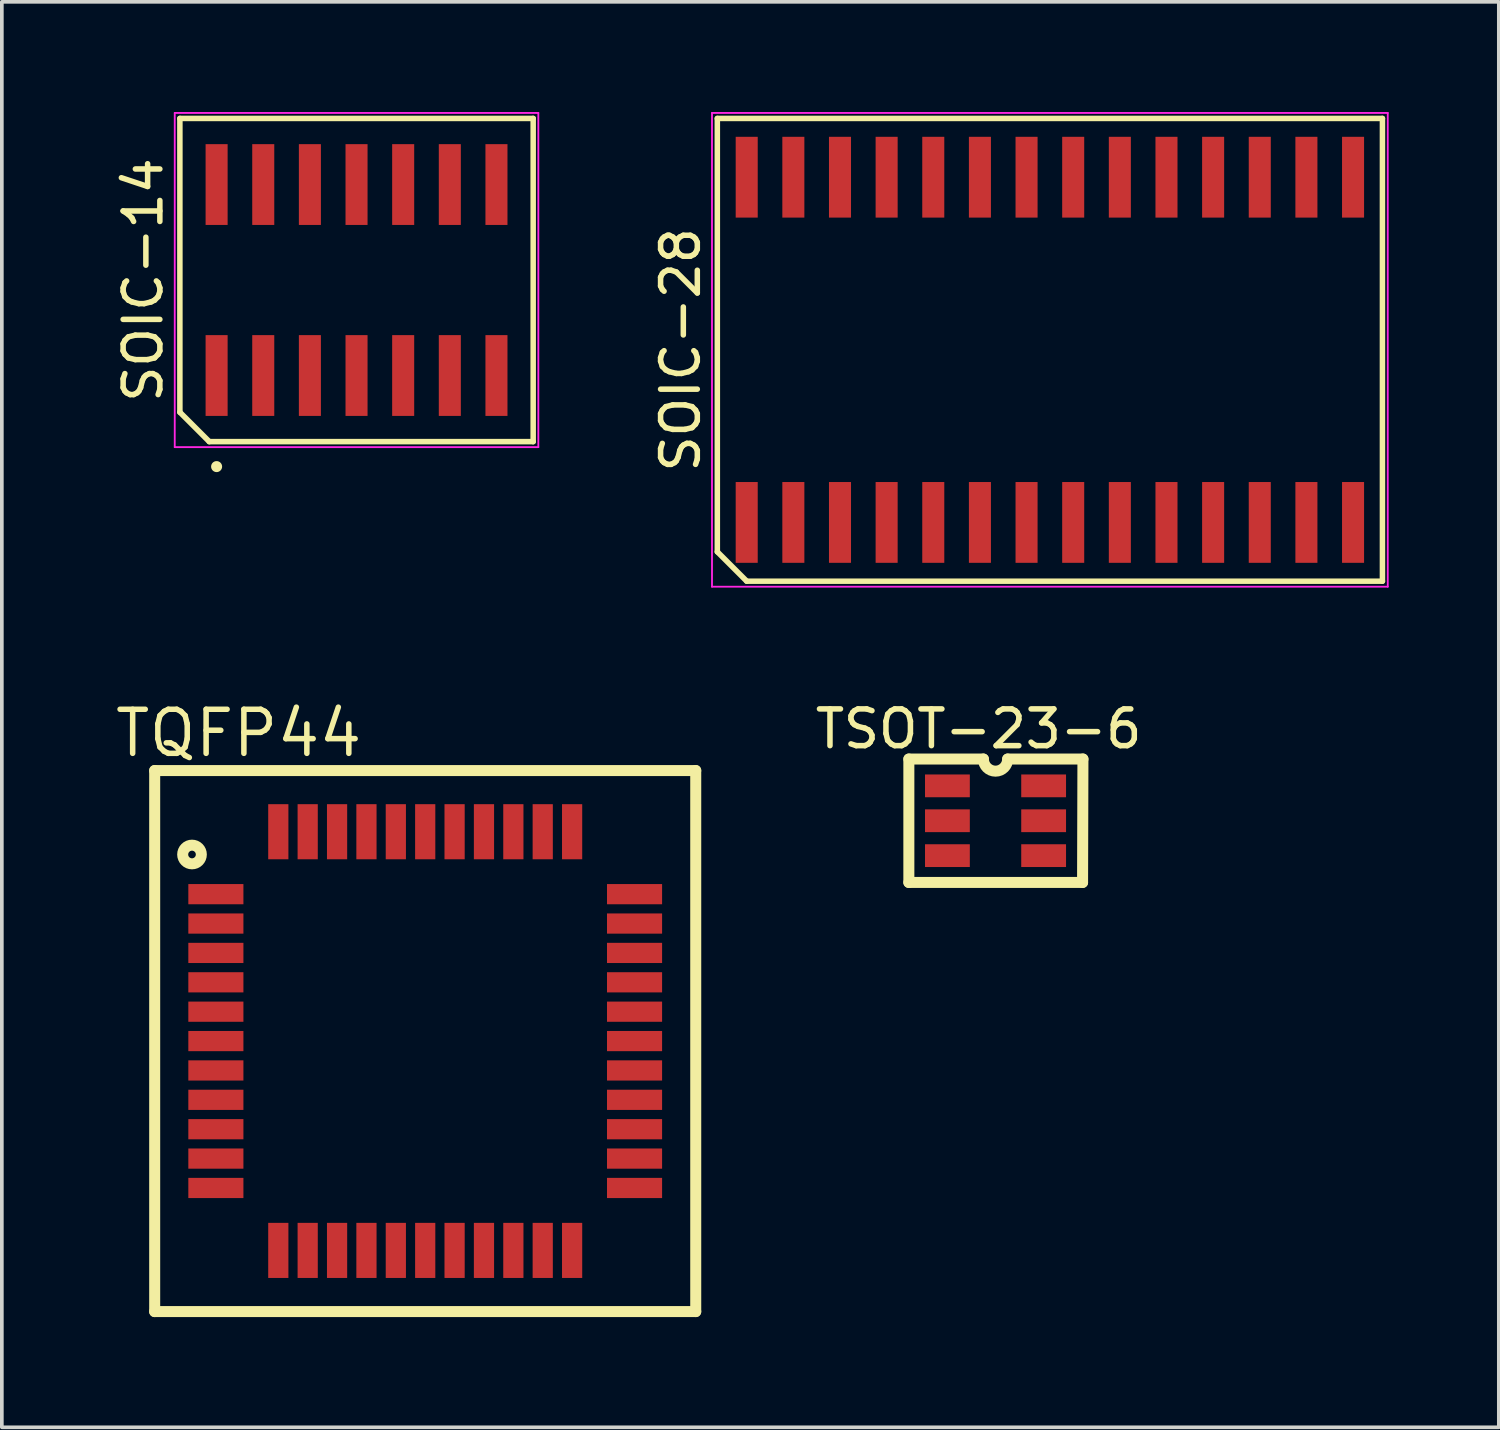
<source format=kicad_pcb>
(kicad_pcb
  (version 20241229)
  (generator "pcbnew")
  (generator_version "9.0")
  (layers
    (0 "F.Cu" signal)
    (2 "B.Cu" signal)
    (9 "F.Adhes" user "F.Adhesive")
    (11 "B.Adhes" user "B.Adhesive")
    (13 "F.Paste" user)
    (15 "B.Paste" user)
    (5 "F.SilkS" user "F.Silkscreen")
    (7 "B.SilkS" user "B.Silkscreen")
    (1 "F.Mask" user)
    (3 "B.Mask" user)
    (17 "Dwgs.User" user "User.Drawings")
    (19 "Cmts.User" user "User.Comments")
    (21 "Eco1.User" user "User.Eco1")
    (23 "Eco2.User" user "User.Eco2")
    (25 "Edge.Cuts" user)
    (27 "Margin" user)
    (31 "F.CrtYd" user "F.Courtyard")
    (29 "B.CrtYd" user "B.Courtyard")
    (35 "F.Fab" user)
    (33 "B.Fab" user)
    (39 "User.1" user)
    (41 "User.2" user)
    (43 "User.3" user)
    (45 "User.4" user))
  (footprint "TSOT-23-6"
    (layer "F.Cu")
    (at 22.747 18.348)
    (property "Reference" "TSOT-23-6" (at 0.85 -1.55 0) (layer "F.SilkS") (effects (font (size 1 1) (thickness 0.15))))
    (attr through_hole)
    (fp_line (start -1.05 -0.73) (end -1.05 2.63) (stroke (width 0.3) (type solid)) (layer "F.SilkS"))
    (fp_line (start -1.05 -0.73) (end 0.98 -0.73) (stroke (width 0.3) (type solid)) (layer "F.SilkS"))
    (fp_line (start -1.05 2.63) (end 3.68 2.63) (stroke (width 0.3) (type solid)) (layer "F.SilkS"))
    (fp_line (start 3.68 2.63) (end 3.69 -0.73) (stroke (width 0.3) (type solid)) (layer "F.SilkS"))
    (fp_line (start 3.69 -0.73) (end 1.64 -0.73) (stroke (width 0.3) (type solid)) (layer "F.SilkS"))
    (fp_arc (start 1.64 -0.73) (mid 1.31 -0.4) (end 0.98 -0.73) (stroke (width 0.3) (type solid)) (layer "F.SilkS"))
    (pad "1" smd rect (at 0 0) (size 1.22 0.62) (layers "F.Cu" "F.Mask" "F.Paste"))
    (pad "2" smd rect (at 0 0.95) (size 1.22 0.62) (layers "F.Cu" "F.Mask" "F.Paste"))
    (pad "3" smd rect (at 0 1.9) (size 1.22 0.62) (layers "F.Cu" "F.Mask" "F.Paste"))
    (pad "4" smd rect (at 2.62 1.9) (size 1.22 0.62) (layers "F.Cu" "F.Mask" "F.Paste"))
    (pad "5" smd rect (at 2.62 0.95) (size 1.22 0.62) (layers "F.Cu" "F.Mask" "F.Paste"))
    (pad "6" smd rect (at 2.62 0) (size 1.22 0.62) (layers "F.Cu" "F.Mask" "F.Paste")))
  (footprint "SOIC-28"
    (layer "F.Cu")
    (at 25.537 6.475)
    (property "Reference" "SOIC-28" (at -10.055 0 90) (layer "F.SilkS") (effects (font (size 1 1) (thickness 0.15))))
    (attr smd)
    (fp_line (start -9.055 -6.3) (end 9.055 -6.3) (stroke (width 0.15) (type solid)) (layer "F.SilkS"))
    (fp_line (start -9.055 5.5) (end -9.055 -6.3) (stroke (width 0.15) (type solid)) (layer "F.SilkS"))
    (fp_line (start -8.255 6.3) (end -9.055 5.5) (stroke (width 0.15) (type solid)) (layer "F.SilkS"))
    (fp_line (start 9.055 -6.3) (end 9.055 6.3) (stroke (width 0.15) (type solid)) (layer "F.SilkS"))
    (fp_line (start 9.055 6.3) (end -8.255 6.3) (stroke (width 0.15) (type solid)) (layer "F.SilkS"))
    (fp_line (start -9.2 -6.45) (end 9.2 -6.45) (stroke (width 0.05) (type solid)) (layer "F.CrtYd"))
    (fp_line (start -9.2 6.45) (end -9.2 -6.45) (stroke (width 0.05) (type solid)) (layer "F.CrtYd"))
    (fp_line (start 9.2 -6.45) (end 9.2 6.45) (stroke (width 0.05) (type solid)) (layer "F.CrtYd"))
    (fp_line (start 9.2 6.45) (end -9.2 6.45) (stroke (width 0.05) (type solid)) (layer "F.CrtYd"))
    (pad "1" smd rect (at -8.255 4.7) (size 0.6 2.2) (layers "F.Cu" "F.Mask" "F.Paste"))
    (pad "2" smd rect (at -6.985 4.7) (size 0.6 2.2) (layers "F.Cu" "F.Mask" "F.Paste"))
    (pad "3" smd rect (at -5.715 4.7) (size 0.6 2.2) (layers "F.Cu" "F.Mask" "F.Paste"))
    (pad "4" smd rect (at -4.445 4.7) (size 0.6 2.2) (layers "F.Cu" "F.Mask" "F.Paste"))
    (pad "5" smd rect (at -3.175 4.7) (size 0.6 2.2) (layers "F.Cu" "F.Mask" "F.Paste"))
    (pad "6" smd rect (at -1.905 4.7) (size 0.6 2.2) (layers "F.Cu" "F.Mask" "F.Paste"))
    (pad "7" smd rect (at -0.635 4.7) (size 0.6 2.2) (layers "F.Cu" "F.Mask" "F.Paste"))
    (pad "8" smd rect (at 0.635 4.7) (size 0.6 2.2) (layers "F.Cu" "F.Mask" "F.Paste"))
    (pad "9" smd rect (at 1.905 4.7) (size 0.6 2.2) (layers "F.Cu" "F.Mask" "F.Paste"))
    (pad "10" smd rect (at 3.175 4.7) (size 0.6 2.2) (layers "F.Cu" "F.Mask" "F.Paste"))
    (pad "11" smd rect (at 4.445 4.7) (size 0.6 2.2) (layers "F.Cu" "F.Mask" "F.Paste"))
    (pad "12" smd rect (at 5.715 4.7) (size 0.6 2.2) (layers "F.Cu" "F.Mask" "F.Paste"))
    (pad "13" smd rect (at 6.985 4.7) (size 0.6 2.2) (layers "F.Cu" "F.Mask" "F.Paste"))
    (pad "14" smd rect (at 8.255 4.7) (size 0.6 2.2) (layers "F.Cu" "F.Mask" "F.Paste"))
    (pad "15" smd rect (at 8.255 -4.7) (size 0.6 2.2) (layers "F.Cu" "F.Mask" "F.Paste"))
    (pad "16" smd rect (at 6.985 -4.7) (size 0.6 2.2) (layers "F.Cu" "F.Mask" "F.Paste"))
    (pad "17" smd rect (at 5.715 -4.7) (size 0.6 2.2) (layers "F.Cu" "F.Mask" "F.Paste"))
    (pad "18" smd rect (at 4.445 -4.7) (size 0.6 2.2) (layers "F.Cu" "F.Mask" "F.Paste"))
    (pad "19" smd rect (at 3.175 -4.7) (size 0.6 2.2) (layers "F.Cu" "F.Mask" "F.Paste"))
    (pad "20" smd rect (at 1.905 -4.7) (size 0.6 2.2) (layers "F.Cu" "F.Mask" "F.Paste"))
    (pad "21" smd rect (at 0.635 -4.7) (size 0.6 2.2) (layers "F.Cu" "F.Mask" "F.Paste"))
    (pad "22" smd rect (at -0.635 -4.7) (size 0.6 2.2) (layers "F.Cu" "F.Mask" "F.Paste"))
    (pad "23" smd rect (at -1.905 -4.7) (size 0.6 2.2) (layers "F.Cu" "F.Mask" "F.Paste"))
    (pad "24" smd rect (at -3.175 -4.7) (size 0.6 2.2) (layers "F.Cu" "F.Mask" "F.Paste"))
    (pad "25" smd rect (at -4.445 -4.7) (size 0.6 2.2) (layers "F.Cu" "F.Mask" "F.Paste"))
    (pad "26" smd rect (at -5.715 -4.7) (size 0.6 2.2) (layers "F.Cu" "F.Mask" "F.Paste"))
    (pad "27" smd rect (at -6.985 -4.7) (size 0.6 2.2) (layers "F.Cu" "F.Mask" "F.Paste"))
    (pad "28" smd rect (at -8.255 -4.7) (size 0.6 2.2) (layers "F.Cu" "F.Mask" "F.Paste")))
  (footprint "SOIC-14"
    (layer "F.Cu")
    (at 6.658 4.575)
    (property "Reference" "SOIC-14" (at -5.81 0 90) (layer "F.SilkS") (effects (font (size 1 1) (thickness 0.15))))
    (attr smd)
    (fp_line (start -4.81 -4.4) (end 4.81 -4.4) (stroke (width 0.15) (type solid)) (layer "F.SilkS"))
    (fp_line (start -4.81 3.6) (end -4.81 -4.4) (stroke (width 0.15) (type solid)) (layer "F.SilkS"))
    (fp_line (start -4.01 4.4) (end -4.81 3.6) (stroke (width 0.15) (type solid)) (layer "F.SilkS"))
    (fp_line (start -3.81 5.08) (end -3.81 5.08) (stroke (width 0.3) (type solid)) (layer "F.SilkS"))
    (fp_line (start 4.81 -4.4) (end 4.81 4.4) (stroke (width 0.15) (type solid)) (layer "F.SilkS"))
    (fp_line (start 4.81 4.4) (end -4.01 4.4) (stroke (width 0.15) (type solid)) (layer "F.SilkS"))
    (fp_line (start -4.95 -4.55) (end 4.95 -4.55) (stroke (width 0.05) (type solid)) (layer "F.CrtYd"))
    (fp_line (start -4.95 4.55) (end -4.95 -4.55) (stroke (width 0.05) (type solid)) (layer "F.CrtYd"))
    (fp_line (start 4.95 -4.55) (end 4.95 4.55) (stroke (width 0.05) (type solid)) (layer "F.CrtYd"))
    (fp_line (start 4.95 4.55) (end -4.95 4.55) (stroke (width 0.05) (type solid)) (layer "F.CrtYd"))
    (pad "1" smd rect (at -3.81 2.6) (size 0.6 2.2) (layers "F.Cu" "F.Mask" "F.Paste"))
    (pad "2" smd rect (at -2.54 2.6) (size 0.6 2.2) (layers "F.Cu" "F.Mask" "F.Paste"))
    (pad "3" smd rect (at -1.27 2.6) (size 0.6 2.2) (layers "F.Cu" "F.Mask" "F.Paste"))
    (pad "4" smd rect (at 0 2.6) (size 0.6 2.2) (layers "F.Cu" "F.Mask" "F.Paste"))
    (pad "5" smd rect (at 1.27 2.6) (size 0.6 2.2) (layers "F.Cu" "F.Mask" "F.Paste"))
    (pad "6" smd rect (at 2.54 2.6) (size 0.6 2.2) (layers "F.Cu" "F.Mask" "F.Paste"))
    (pad "7" smd rect (at 3.81 2.6) (size 0.6 2.2) (layers "F.Cu" "F.Mask" "F.Paste"))
    (pad "8" smd rect (at 3.81 -2.6) (size 0.6 2.2) (layers "F.Cu" "F.Mask" "F.Paste"))
    (pad "9" smd rect (at 2.54 -2.6) (size 0.6 2.2) (layers "F.Cu" "F.Mask" "F.Paste"))
    (pad "10" smd rect (at 1.27 -2.6) (size 0.6 2.2) (layers "F.Cu" "F.Mask" "F.Paste"))
    (pad "11" smd rect (at 0 -2.6) (size 0.6 2.2) (layers "F.Cu" "F.Mask" "F.Paste"))
    (pad "12" smd rect (at -1.27 -2.6) (size 0.6 2.2) (layers "F.Cu" "F.Mask" "F.Paste"))
    (pad "13" smd rect (at -2.54 -2.6) (size 0.6 2.2) (layers "F.Cu" "F.Mask" "F.Paste"))
    (pad "14" smd rect (at -3.81 -2.6) (size 0.6 2.2) (layers "F.Cu" "F.Mask" "F.Paste")))
  (footprint "TQFP44"
    (layer "F.Cu")
    (at 8.528 25.297)
    (property "Reference" "TQFP44" (at -5.08 -8.382 0) (layer "F.SilkS") (effects (font (size 1.2 1.2) (thickness 0.15))))
    (attr through_hole)
    (fp_line (start -7.366 -7.366) (end 7.366 -7.366) (stroke (width 0.3) (type solid)) (layer "F.SilkS"))
    (fp_line (start -7.366 7.366) (end -7.366 -7.366) (stroke (width 0.3) (type solid)) (layer "F.SilkS"))
    (fp_line (start 7.366 -7.366) (end 7.366 7.366) (stroke (width 0.3) (type solid)) (layer "F.SilkS"))
    (fp_line (start 7.366 7.366) (end -7.366 7.366) (stroke (width 0.3) (type solid)) (layer "F.SilkS"))
    (fp_circle (center -6.35 -5.08) (end -6.096 -5.08) (stroke (width 0.3) (type solid)) (fill no) (layer "F.SilkS"))
    (pad "1" smd rect (at -5.7 -4 90) (size 0.55 1.5) (layers "F.Cu" "F.Mask" "F.Paste"))
    (pad "2" smd rect (at -5.7 -3.2 90) (size 0.55 1.5) (layers "F.Cu" "F.Mask" "F.Paste"))
    (pad "3" smd rect (at -5.7 -2.4 90) (size 0.55 1.5) (layers "F.Cu" "F.Mask" "F.Paste"))
    (pad "4" smd rect (at -5.7 -1.6 90) (size 0.55 1.5) (layers "F.Cu" "F.Mask" "F.Paste"))
    (pad "5" smd rect (at -5.7 -0.8 90) (size 0.55 1.5) (layers "F.Cu" "F.Mask" "F.Paste"))
    (pad "6" smd rect (at -5.7 0 90) (size 0.55 1.5) (layers "F.Cu" "F.Mask" "F.Paste"))
    (pad "7" smd rect (at -5.7 0.8 90) (size 0.55 1.5) (layers "F.Cu" "F.Mask" "F.Paste"))
    (pad "8" smd rect (at -5.7 1.6 90) (size 0.55 1.5) (layers "F.Cu" "F.Mask" "F.Paste"))
    (pad "9" smd rect (at -5.7 2.4 90) (size 0.55 1.5) (layers "F.Cu" "F.Mask" "F.Paste"))
    (pad "10" smd rect (at -5.7 3.2 90) (size 0.55 1.5) (layers "F.Cu" "F.Mask" "F.Paste"))
    (pad "11" smd rect (at -5.7 4 90) (size 0.55 1.5) (layers "F.Cu" "F.Mask" "F.Paste"))
    (pad "12" smd rect (at -4 5.7) (size 0.55 1.5) (layers "F.Cu" "F.Mask" "F.Paste"))
    (pad "13" smd rect (at -3.2 5.7) (size 0.55 1.5) (layers "F.Cu" "F.Mask" "F.Paste"))
    (pad "14" smd rect (at -2.4 5.7) (size 0.55 1.5) (layers "F.Cu" "F.Mask" "F.Paste"))
    (pad "15" smd rect (at -1.6 5.7) (size 0.55 1.5) (layers "F.Cu" "F.Mask" "F.Paste"))
    (pad "16" smd rect (at -0.8 5.7) (size 0.55 1.5) (layers "F.Cu" "F.Mask" "F.Paste"))
    (pad "17" smd rect (at 0 5.7) (size 0.55 1.5) (layers "F.Cu" "F.Mask" "F.Paste"))
    (pad "18" smd rect (at 0.8 5.7) (size 0.55 1.5) (layers "F.Cu" "F.Mask" "F.Paste"))
    (pad "19" smd rect (at 1.6 5.7) (size 0.55 1.5) (layers "F.Cu" "F.Mask" "F.Paste"))
    (pad "20" smd rect (at 2.4 5.7) (size 0.55 1.5) (layers "F.Cu" "F.Mask" "F.Paste"))
    (pad "21" smd rect (at 3.2 5.7) (size 0.55 1.5) (layers "F.Cu" "F.Mask" "F.Paste"))
    (pad "22" smd trapezoid (at 4 5.7) (size 0.55 1.5) (layers "F.Cu" "F.Mask" "F.Paste"))
    (pad "23" smd rect (at 5.7 4 90) (size 0.55 1.5) (layers "F.Cu" "F.Mask" "F.Paste"))
    (pad "24" smd rect (at 5.7 3.2 90) (size 0.55 1.5) (layers "F.Cu" "F.Mask" "F.Paste"))
    (pad "25" smd rect (at 5.7 2.4 90) (size 0.55 1.5) (layers "F.Cu" "F.Mask" "F.Paste"))
    (pad "26" smd rect (at 5.7 1.6 90) (size 0.55 1.5) (layers "F.Cu" "F.Mask" "F.Paste"))
    (pad "27" smd rect (at 5.7 0.8 90) (size 0.55 1.5) (layers "F.Cu" "F.Mask" "F.Paste"))
    (pad "28" smd rect (at 5.7 0 90) (size 0.55 1.5) (layers "F.Cu" "F.Mask" "F.Paste"))
    (pad "29" smd rect (at 5.7 -0.8 90) (size 0.55 1.5) (layers "F.Cu" "F.Mask" "F.Paste"))
    (pad "30" smd rect (at 5.7 -1.6 90) (size 0.55 1.5) (layers "F.Cu" "F.Mask" "F.Paste"))
    (pad "31" smd rect (at 5.7 -2.4 90) (size 0.55 1.5) (layers "F.Cu" "F.Mask" "F.Paste"))
    (pad "32" smd rect (at 5.7 -3.2 90) (size 0.55 1.5) (layers "F.Cu" "F.Mask" "F.Paste"))
    (pad "33" smd rect (at 5.7 -4 90) (size 0.55 1.5) (layers "F.Cu" "F.Mask" "F.Paste"))
    (pad "34" smd rect (at 4 -5.7) (size 0.55 1.5) (layers "F.Cu" "F.Mask" "F.Paste"))
    (pad "35" smd rect (at 3.2 -5.7) (size 0.55 1.5) (layers "F.Cu" "F.Mask" "F.Paste"))
    (pad "36" smd rect (at 2.4 -5.7) (size 0.55 1.5) (layers "F.Cu" "F.Mask" "F.Paste"))
    (pad "37" smd rect (at 1.6 -5.7) (size 0.55 1.5) (layers "F.Cu" "F.Mask" "F.Paste"))
    (pad "38" smd rect (at 0.8 -5.7) (size 0.55 1.5) (layers "F.Cu" "F.Mask" "F.Paste"))
    (pad "39" smd rect (at 0 -5.7) (size 0.55 1.5) (layers "F.Cu" "F.Mask" "F.Paste"))
    (pad "40" smd rect (at -0.8 -5.7) (size 0.55 1.5) (layers "F.Cu" "F.Mask" "F.Paste"))
    (pad "41" smd rect (at -1.6 -5.7) (size 0.55 1.5) (layers "F.Cu" "F.Mask" "F.Paste"))
    (pad "42" smd rect (at -2.4 -5.7) (size 0.55 1.5) (layers "F.Cu" "F.Mask" "F.Paste"))
    (pad "43" smd rect (at -3.2 -5.7) (size 0.55 1.5) (layers "F.Cu" "F.Mask" "F.Paste"))
    (pad "44" smd rect (at -4 -5.7) (size 0.55 1.5) (layers "F.Cu" "F.Mask" "F.Paste")))
  (gr_rect
    (start -3 -3)
    (end 37.761 35.813)
    (stroke (width 0.1) (type default))
    (fill no)
    (layer "Edge.Cuts")))
</source>
